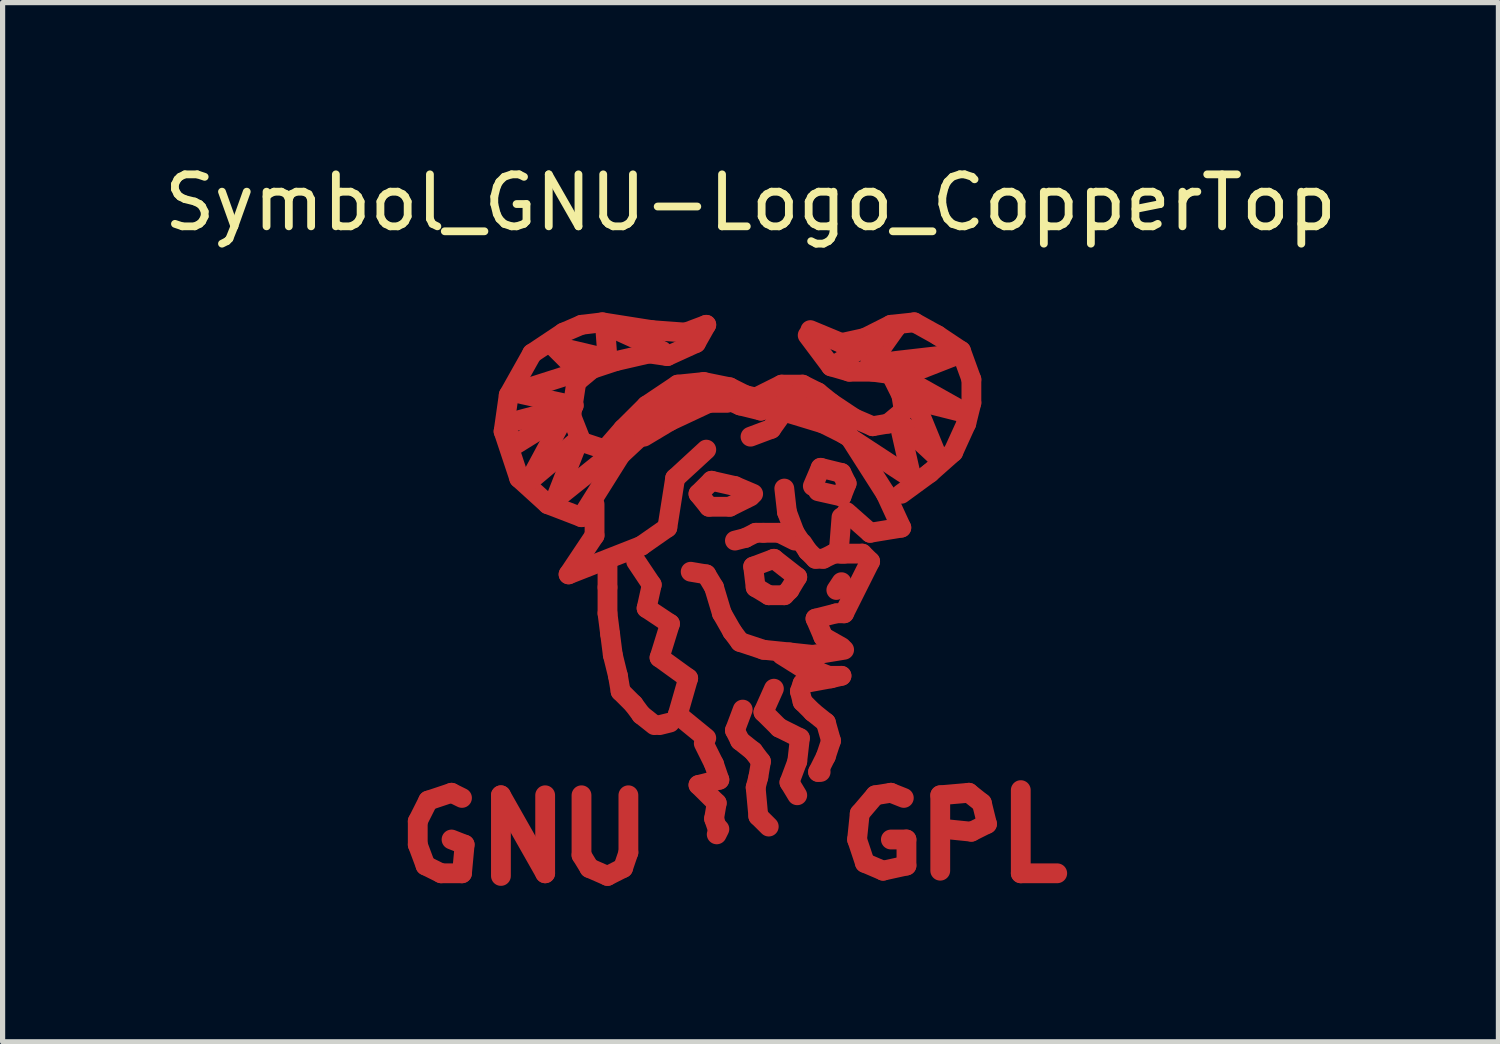
<source format=kicad_pcb>
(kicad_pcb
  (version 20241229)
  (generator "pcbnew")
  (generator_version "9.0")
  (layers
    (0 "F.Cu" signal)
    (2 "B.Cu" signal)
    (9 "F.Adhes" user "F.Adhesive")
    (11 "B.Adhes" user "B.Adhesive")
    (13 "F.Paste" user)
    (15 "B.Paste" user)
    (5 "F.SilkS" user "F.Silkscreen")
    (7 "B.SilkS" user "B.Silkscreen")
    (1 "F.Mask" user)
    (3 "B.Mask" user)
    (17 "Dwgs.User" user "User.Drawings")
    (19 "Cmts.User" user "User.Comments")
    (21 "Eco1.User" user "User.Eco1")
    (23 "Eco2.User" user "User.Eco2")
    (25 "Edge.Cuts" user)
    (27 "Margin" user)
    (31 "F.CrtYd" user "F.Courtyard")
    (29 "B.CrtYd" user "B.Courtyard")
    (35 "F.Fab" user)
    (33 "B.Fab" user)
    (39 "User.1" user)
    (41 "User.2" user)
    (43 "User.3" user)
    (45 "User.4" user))
  (footprint "Symbol_GNU-Logo_CopperTop"
    (layer "F.Cu")
    (at 11.387 6.899)
    (property "Reference" "Symbol_GNU-Logo_CopperTop" (at 0 -6.05 0) (layer "F.SilkS") (effects (font (size 1 1) (thickness 0.15))))
    (attr board_only exclude_from_pos_files exclude_from_bom allow_missing_courtyard)
    (fp_line (start -6.401 5.85) (end -6.401 6.299) (stroke (width 0.381) (type solid)) (layer "F.Cu"))
    (fp_line (start -6.401 6.299) (end -6.251 6.701) (stroke (width 0.381) (type solid)) (layer "F.Cu"))
    (fp_line (start -6.251 6.701) (end -5.951 6.85) (stroke (width 0.381) (type solid)) (layer "F.Cu"))
    (fp_line (start -6.2 5.451) (end -6.401 5.85) (stroke (width 0.381) (type solid)) (layer "F.Cu"))
    (fp_line (start -5.951 6.85) (end -5.55 6.85) (stroke (width 0.381) (type solid)) (layer "F.Cu"))
    (fp_line (start -5.751 5.301) (end -6.2 5.451) (stroke (width 0.381) (type solid)) (layer "F.Cu"))
    (fp_line (start -5.55 5.4) (end -5.751 5.301) (stroke (width 0.381) (type solid)) (layer "F.Cu"))
    (fp_line (start -5.55 6.85) (end -5.499 6.299) (stroke (width 0.381) (type solid)) (layer "F.Cu"))
    (fp_line (start -5.499 6.299) (end -5.751 6.2) (stroke (width 0.381) (type solid)) (layer "F.Cu"))
    (fp_line (start -4.801 5.349) (end -3.95 6.85) (stroke (width 0.381) (type solid)) (layer "F.Cu"))
    (fp_line (start -4.801 6.901) (end -4.801 5.349) (stroke (width 0.381) (type solid)) (layer "F.Cu"))
    (fp_line (start -4.75 -1.651) (end -4.45 -0.749) (stroke (width 0.381) (type solid)) (layer "F.Cu"))
    (fp_line (start -4.699 -1.801) (end -3.401 -2.149) (stroke (width 0.381) (type solid)) (layer "F.Cu"))
    (fp_line (start -4.651 -2.349) (end -4.75 -1.651) (stroke (width 0.381) (type solid)) (layer "F.Cu"))
    (fp_line (start -4.6 -1.349) (end -4.699 -1.801) (stroke (width 0.381) (type solid)) (layer "F.Cu"))
    (fp_line (start -4.549 -2.4) (end -3.299 -2.799) (stroke (width 0.381) (type solid)) (layer "F.Cu"))
    (fp_line (start -4.45 -0.749) (end -3.899 -0.249) (stroke (width 0.381) (type solid)) (layer "F.Cu"))
    (fp_line (start -4.249 -0.701) (end -3.551 -1.999) (stroke (width 0.381) (type solid)) (layer "F.Cu"))
    (fp_line (start -4.201 -3.15) (end -4.651 -2.349) (stroke (width 0.381) (type solid)) (layer "F.Cu"))
    (fp_line (start -3.95 6.85) (end -3.95 5.349) (stroke (width 0.381) (type solid)) (layer "F.Cu"))
    (fp_line (start -3.899 -0.249) (end -3.251 0) (stroke (width 0.381) (type solid)) (layer "F.Cu"))
    (fp_line (start -3.8 -3.299) (end -2.751 -3.051) (stroke (width 0.381) (type solid)) (layer "F.Cu"))
    (fp_line (start -3.749 -0.351) (end -3.299 -1.501) (stroke (width 0.381) (type solid)) (layer "F.Cu"))
    (fp_line (start -3.599 -3.551) (end -4.201 -3.15) (stroke (width 0.381) (type solid)) (layer "F.Cu"))
    (fp_line (start -3.551 -1.999) (end -4.6 -1.349) (stroke (width 0.381) (type solid)) (layer "F.Cu"))
    (fp_line (start -3.5 1.1) (end -2.101 0.551) (stroke (width 0.381) (type solid)) (layer "F.Cu"))
    (fp_line (start -3.449 -1.951) (end -3.35 -2.601) (stroke (width 0.381) (type solid)) (layer "F.Cu"))
    (fp_line (start -3.401 -2.149) (end -4.549 -2.4) (stroke (width 0.381) (type solid)) (layer "F.Cu"))
    (fp_line (start -3.35 -2.601) (end -3.051 -2.85) (stroke (width 0.381) (type solid)) (layer "F.Cu"))
    (fp_line (start -3.299 -2.799) (end -3.8 -3.299) (stroke (width 0.381) (type solid)) (layer "F.Cu"))
    (fp_line (start -3.299 -1.501) (end -4.249 -0.701) (stroke (width 0.381) (type solid)) (layer "F.Cu"))
    (fp_line (start -3.251 -3.701) (end -3.599 -3.551) (stroke (width 0.381) (type solid)) (layer "F.Cu"))
    (fp_line (start -3.251 -1.45) (end -3.449 -1.951) (stroke (width 0.381) (type solid)) (layer "F.Cu"))
    (fp_line (start -3.251 0) (end -2.499 -1.199) (stroke (width 0.381) (type solid)) (layer "F.Cu"))
    (fp_line (start -3.251 5.349) (end -3.251 6.5) (stroke (width 0.381) (type solid)) (layer "F.Cu"))
    (fp_line (start -3.251 6.5) (end -3.099 6.749) (stroke (width 0.381) (type solid)) (layer "F.Cu"))
    (fp_line (start -3.099 6.749) (end -2.751 6.901) (stroke (width 0.381) (type solid)) (layer "F.Cu"))
    (fp_line (start -3.051 -2.85) (end -2.601 -3) (stroke (width 0.381) (type solid)) (layer "F.Cu"))
    (fp_line (start -3 -0.249) (end -3 0.351) (stroke (width 0.381) (type solid)) (layer "F.Cu"))
    (fp_line (start -3 0.351) (end -3.5 1.1) (stroke (width 0.381) (type solid)) (layer "F.Cu"))
    (fp_line (start -2.85 -3.749) (end -3.251 -3.701) (stroke (width 0.381) (type solid)) (layer "F.Cu"))
    (fp_line (start -2.799 -3.701) (end -1.699 -3.2) (stroke (width 0.381) (type solid)) (layer "F.Cu"))
    (fp_line (start -2.799 -1.3) (end -3.251 -1.45) (stroke (width 0.381) (type solid)) (layer "F.Cu"))
    (fp_line (start -2.751 -3.051) (end -2.799 -3.701) (stroke (width 0.381) (type solid)) (layer "F.Cu"))
    (fp_line (start -2.751 -1.151) (end -3.749 -0.351) (stroke (width 0.381) (type solid)) (layer "F.Cu"))
    (fp_line (start -2.751 1.349) (end -2.751 0.851) (stroke (width 0.381) (type solid)) (layer "F.Cu"))
    (fp_line (start -2.751 1.849) (end -2.751 1.349) (stroke (width 0.381) (type solid)) (layer "F.Cu"))
    (fp_line (start -2.751 6.901) (end -2.451 6.749) (stroke (width 0.381) (type solid)) (layer "F.Cu"))
    (fp_line (start -2.7 2.25) (end -2.751 1.849) (stroke (width 0.381) (type solid)) (layer "F.Cu"))
    (fp_line (start -2.649 2.649) (end -2.7 2.25) (stroke (width 0.381) (type solid)) (layer "F.Cu"))
    (fp_line (start -2.601 -3) (end -1.951 -3.15) (stroke (width 0.381) (type solid)) (layer "F.Cu"))
    (fp_line (start -2.55 3.051) (end -2.649 2.649) (stroke (width 0.381) (type solid)) (layer "F.Cu"))
    (fp_line (start -2.499 -1.199) (end -1.801 -1.849) (stroke (width 0.381) (type solid)) (layer "F.Cu"))
    (fp_line (start -2.499 3.35) (end -2.55 3.051) (stroke (width 0.381) (type solid)) (layer "F.Cu"))
    (fp_line (start -2.451 -1.699) (end -2.799 -1.3) (stroke (width 0.381) (type solid)) (layer "F.Cu"))
    (fp_line (start -2.451 6.749) (end -2.349 6.449) (stroke (width 0.381) (type solid)) (layer "F.Cu"))
    (fp_line (start -2.349 6.449) (end -2.349 5.349) (stroke (width 0.381) (type solid)) (layer "F.Cu"))
    (fp_line (start -2.25 3.599) (end -2.499 3.35) (stroke (width 0.381) (type solid)) (layer "F.Cu"))
    (fp_line (start -2.2 0.851) (end -1.9 1.3) (stroke (width 0.381) (type solid)) (layer "F.Cu"))
    (fp_line (start -2.101 0.551) (end -1.6 0.201) (stroke (width 0.381) (type solid)) (layer "F.Cu"))
    (fp_line (start -2.101 3.8) (end -2.25 3.599) (stroke (width 0.381) (type solid)) (layer "F.Cu"))
    (fp_line (start -2.05 -1.549) (end -1.549 -1.849) (stroke (width 0.381) (type solid)) (layer "F.Cu"))
    (fp_line (start -1.999 -2.149) (end -2.451 -1.699) (stroke (width 0.381) (type solid)) (layer "F.Cu"))
    (fp_line (start -1.999 1.75) (end -1.549 2.05) (stroke (width 0.381) (type solid)) (layer "F.Cu"))
    (fp_line (start -1.951 -3.15) (end -1.6 -3.099) (stroke (width 0.381) (type solid)) (layer "F.Cu"))
    (fp_line (start -1.9 -3.599) (end -2.85 -3.749) (stroke (width 0.381) (type solid)) (layer "F.Cu"))
    (fp_line (start -1.9 1.3) (end -1.999 1.75) (stroke (width 0.381) (type solid)) (layer "F.Cu"))
    (fp_line (start -1.849 4) (end -2.101 3.8) (stroke (width 0.381) (type solid)) (layer "F.Cu"))
    (fp_line (start -1.801 -1.849) (end -1.199 -2.301) (stroke (width 0.381) (type solid)) (layer "F.Cu"))
    (fp_line (start -1.75 2.7) (end -1.199 3.099) (stroke (width 0.381) (type solid)) (layer "F.Cu"))
    (fp_line (start -1.75 4) (end -1.549 3.95) (stroke (width 0.381) (type solid)) (layer "F.Cu"))
    (fp_line (start -1.6 -3.099) (end -1.049 -3.35) (stroke (width 0.381) (type solid)) (layer "F.Cu"))
    (fp_line (start -1.6 0.201) (end -1.45 -0.749) (stroke (width 0.381) (type solid)) (layer "F.Cu"))
    (fp_line (start -1.549 -1.849) (end -0.8 -2.2) (stroke (width 0.381) (type solid)) (layer "F.Cu"))
    (fp_line (start -1.549 2.05) (end -1.75 2.7) (stroke (width 0.381) (type solid)) (layer "F.Cu"))
    (fp_line (start -1.45 -0.749) (end -0.851 -1.3) (stroke (width 0.381) (type solid)) (layer "F.Cu"))
    (fp_line (start -1.4 -2.55) (end -1.999 -2.149) (stroke (width 0.381) (type solid)) (layer "F.Cu"))
    (fp_line (start -1.4 3.8) (end -0.851 4.249) (stroke (width 0.381) (type solid)) (layer "F.Cu"))
    (fp_line (start -1.25 -3.551) (end -1.9 -3.599) (stroke (width 0.381) (type solid)) (layer "F.Cu"))
    (fp_line (start -1.199 -2.301) (end -0.65 -2.349) (stroke (width 0.381) (type solid)) (layer "F.Cu"))
    (fp_line (start -1.199 3.099) (end -1.4 3.8) (stroke (width 0.381) (type solid)) (layer "F.Cu"))
    (fp_line (start -1.049 -3.35) (end -0.851 -3.701) (stroke (width 0.381) (type solid)) (layer "F.Cu"))
    (fp_line (start -1.001 -0.45) (end -0.8 -0.201) (stroke (width 0.381) (type solid)) (layer "F.Cu"))
    (fp_line (start -1.001 5.151) (end -0.65 5.499) (stroke (width 0.381) (type solid)) (layer "F.Cu"))
    (fp_line (start -0.899 -2.601) (end -1.4 -2.55) (stroke (width 0.381) (type solid)) (layer "F.Cu"))
    (fp_line (start -0.899 4.351) (end -0.701 4.75) (stroke (width 0.381) (type solid)) (layer "F.Cu"))
    (fp_line (start -0.851 -3.701) (end -1.25 -3.551) (stroke (width 0.381) (type solid)) (layer "F.Cu"))
    (fp_line (start -0.851 1.1) (end -1.151 1.049) (stroke (width 0.381) (type solid)) (layer "F.Cu"))
    (fp_line (start -0.8 -2.2) (end -0.45 -2.2) (stroke (width 0.381) (type solid)) (layer "F.Cu"))
    (fp_line (start -0.8 -0.201) (end -0.399 -0.201) (stroke (width 0.381) (type solid)) (layer "F.Cu"))
    (fp_line (start -0.749 -0.701) (end -1.001 -0.45) (stroke (width 0.381) (type solid)) (layer "F.Cu"))
    (fp_line (start -0.701 1.349) (end -0.851 1.1) (stroke (width 0.381) (type solid)) (layer "F.Cu"))
    (fp_line (start -0.701 4.75) (end -0.599 5.05) (stroke (width 0.381) (type solid)) (layer "F.Cu"))
    (fp_line (start -0.701 5.799) (end -0.65 5.951) (stroke (width 0.381) (type solid)) (layer "F.Cu"))
    (fp_line (start -0.65 -2.349) (end -0.201 -2.149) (stroke (width 0.381) (type solid)) (layer "F.Cu"))
    (fp_line (start -0.65 5.499) (end -0.701 5.799) (stroke (width 0.381) (type solid)) (layer "F.Cu"))
    (fp_line (start -0.599 5.05) (end -1.001 5.151) (stroke (width 0.381) (type solid)) (layer "F.Cu"))
    (fp_line (start -0.599 5.999) (end -0.65 6.101) (stroke (width 0.381) (type solid)) (layer "F.Cu"))
    (fp_line (start -0.551 1.849) (end -0.701 1.349) (stroke (width 0.381) (type solid)) (layer "F.Cu"))
    (fp_line (start -0.399 -2.499) (end -0.899 -2.601) (stroke (width 0.381) (type solid)) (layer "F.Cu"))
    (fp_line (start -0.399 -0.201) (end 0 -0.399) (stroke (width 0.381) (type solid)) (layer "F.Cu"))
    (fp_line (start -0.351 2.2) (end -0.551 1.849) (stroke (width 0.381) (type solid)) (layer "F.Cu"))
    (fp_line (start -0.3 -0.599) (end -0.749 -0.701) (stroke (width 0.381) (type solid)) (layer "F.Cu"))
    (fp_line (start -0.3 4.1) (end -0.201 4.3) (stroke (width 0.381) (type solid)) (layer "F.Cu"))
    (fp_line (start -0.201 -2.149) (end 0.201 -2.05) (stroke (width 0.381) (type solid)) (layer "F.Cu"))
    (fp_line (start -0.201 2.4) (end -0.351 2.2) (stroke (width 0.381) (type solid)) (layer "F.Cu"))
    (fp_line (start -0.201 4.3) (end 0.051 4.501) (stroke (width 0.381) (type solid)) (layer "F.Cu"))
    (fp_line (start -0.15 3.701) (end -0.3 4.1) (stroke (width 0.381) (type solid)) (layer "F.Cu"))
    (fp_line (start -0.099 -2.349) (end -0.399 -2.499) (stroke (width 0.381) (type solid)) (layer "F.Cu"))
    (fp_line (start -0.099 0.399) (end -0.3 0.45) (stroke (width 0.381) (type solid)) (layer "F.Cu"))
    (fp_line (start 0 -1.549) (end 0.399 -1.699) (stroke (width 0.381) (type solid)) (layer "F.Cu"))
    (fp_line (start 0.051 -0.45) (end -0.3 -0.599) (stroke (width 0.381) (type solid)) (layer "F.Cu"))
    (fp_line (start 0.051 0.95) (end 0.099 1.349) (stroke (width 0.381) (type solid)) (layer "F.Cu"))
    (fp_line (start 0.051 4.501) (end 0.201 4.699) (stroke (width 0.381) (type solid)) (layer "F.Cu"))
    (fp_line (start 0.099 -2.301) (end -0.099 -2.349) (stroke (width 0.381) (type solid)) (layer "F.Cu"))
    (fp_line (start 0.099 0.3) (end -0.099 0.399) (stroke (width 0.381) (type solid)) (layer "F.Cu"))
    (fp_line (start 0.099 1.349) (end 0.351 1.501) (stroke (width 0.381) (type solid)) (layer "F.Cu"))
    (fp_line (start 0.099 5.199) (end 0.15 5.751) (stroke (width 0.381) (type solid)) (layer "F.Cu"))
    (fp_line (start 0.15 5.001) (end 0.099 5.199) (stroke (width 0.381) (type solid)) (layer "F.Cu"))
    (fp_line (start 0.15 5.751) (end 0.351 5.951) (stroke (width 0.381) (type solid)) (layer "F.Cu"))
    (fp_line (start 0.201 -2.05) (end 0.65 -2.2) (stroke (width 0.381) (type solid)) (layer "F.Cu"))
    (fp_line (start 0.201 4.699) (end 0.15 5.001) (stroke (width 0.381) (type solid)) (layer "F.Cu"))
    (fp_line (start 0.249 0.3) (end 0.099 0.3) (stroke (width 0.381) (type solid)) (layer "F.Cu"))
    (fp_line (start 0.249 2.55) (end -0.201 2.4) (stroke (width 0.381) (type solid)) (layer "F.Cu"))
    (fp_line (start 0.249 3.749) (end 0.551 4.049) (stroke (width 0.381) (type solid)) (layer "F.Cu"))
    (fp_line (start 0.351 1.501) (end 0.65 1.501) (stroke (width 0.381) (type solid)) (layer "F.Cu"))
    (fp_line (start 0.399 -1.699) (end 0.65 -2.05) (stroke (width 0.381) (type solid)) (layer "F.Cu"))
    (fp_line (start 0.45 0.8) (end 0.051 0.95) (stroke (width 0.381) (type solid)) (layer "F.Cu"))
    (fp_line (start 0.45 3.299) (end 0.249 3.749) (stroke (width 0.381) (type solid)) (layer "F.Cu"))
    (fp_line (start 0.551 0.3) (end 0.249 0.3) (stroke (width 0.381) (type solid)) (layer "F.Cu"))
    (fp_line (start 0.551 4.049) (end 0.95 4.249) (stroke (width 0.381) (type solid)) (layer "F.Cu"))
    (fp_line (start 0.599 -2.55) (end 0.099 -2.301) (stroke (width 0.381) (type solid)) (layer "F.Cu"))
    (fp_line (start 0.599 2.649) (end 1.001 2.901) (stroke (width 0.381) (type solid)) (layer "F.Cu"))
    (fp_line (start 0.65 -2.2) (end 1.1 -2.101) (stroke (width 0.381) (type solid)) (layer "F.Cu"))
    (fp_line (start 0.65 -0.551) (end 0.701 -0.099) (stroke (width 0.381) (type solid)) (layer "F.Cu"))
    (fp_line (start 0.65 1.501) (end 0.749 1.4) (stroke (width 0.381) (type solid)) (layer "F.Cu"))
    (fp_line (start 0.701 -0.099) (end 0.851 0.3) (stroke (width 0.381) (type solid)) (layer "F.Cu"))
    (fp_line (start 0.749 -1.999) (end 1.4 -1.801) (stroke (width 0.381) (type solid)) (layer "F.Cu"))
    (fp_line (start 0.749 1.4) (end 0.899 1.151) (stroke (width 0.381) (type solid)) (layer "F.Cu"))
    (fp_line (start 0.749 2.601) (end 0.249 2.55) (stroke (width 0.381) (type solid)) (layer "F.Cu"))
    (fp_line (start 0.749 5.1) (end 0.899 5.349) (stroke (width 0.381) (type solid)) (layer "F.Cu"))
    (fp_line (start 0.851 -2.301) (end 1.1 -2.25) (stroke (width 0.381) (type solid)) (layer "F.Cu"))
    (fp_line (start 0.851 0.3) (end 0.95 0.45) (stroke (width 0.381) (type solid)) (layer "F.Cu"))
    (fp_line (start 0.851 0.45) (end 0.551 0.3) (stroke (width 0.381) (type solid)) (layer "F.Cu"))
    (fp_line (start 0.899 1.151) (end 0.45 0.8) (stroke (width 0.381) (type solid)) (layer "F.Cu"))
    (fp_line (start 0.899 4.699) (end 0.749 5.1) (stroke (width 0.381) (type solid)) (layer "F.Cu"))
    (fp_line (start 0.95 3.35) (end 1.001 3.551) (stroke (width 0.381) (type solid)) (layer "F.Cu"))
    (fp_line (start 0.95 4.249) (end 0.899 4.699) (stroke (width 0.381) (type solid)) (layer "F.Cu"))
    (fp_line (start 1.001 -2.55) (end 0.599 -2.55) (stroke (width 0.381) (type solid)) (layer "F.Cu"))
    (fp_line (start 1.001 0.5) (end 1.1 0.65) (stroke (width 0.381) (type solid)) (layer "F.Cu"))
    (fp_line (start 1.001 2.901) (end 1.25 2.901) (stroke (width 0.381) (type solid)) (layer "F.Cu"))
    (fp_line (start 1.001 3.2) (end 0.95 3.35) (stroke (width 0.381) (type solid)) (layer "F.Cu"))
    (fp_line (start 1.001 3.551) (end 1.199 3.749) (stroke (width 0.381) (type solid)) (layer "F.Cu"))
    (fp_line (start 1.1 -3.5) (end 1.549 -2.901) (stroke (width 0.381) (type solid)) (layer "F.Cu"))
    (fp_line (start 1.1 -2.101) (end 1.699 -1.801) (stroke (width 0.381) (type solid)) (layer "F.Cu"))
    (fp_line (start 1.1 0.65) (end 1.25 0.8) (stroke (width 0.381) (type solid)) (layer "F.Cu"))
    (fp_line (start 1.151 -3.599) (end 1.75 -3.35) (stroke (width 0.381) (type solid)) (layer "F.Cu"))
    (fp_line (start 1.199 -0.599) (end 1.349 -0.95) (stroke (width 0.381) (type solid)) (layer "F.Cu"))
    (fp_line (start 1.199 2.649) (end 0.749 2.601) (stroke (width 0.381) (type solid)) (layer "F.Cu"))
    (fp_line (start 1.199 3.749) (end 1.45 3.95) (stroke (width 0.381) (type solid)) (layer "F.Cu"))
    (fp_line (start 1.25 0.8) (end 1.4 0.8) (stroke (width 0.381) (type solid)) (layer "F.Cu"))
    (fp_line (start 1.25 1.951) (end 1.4 2.301) (stroke (width 0.381) (type solid)) (layer "F.Cu"))
    (fp_line (start 1.25 2.949) (end 1.501 3.051) (stroke (width 0.381) (type solid)) (layer "F.Cu"))
    (fp_line (start 1.3 -2.4) (end 1.001 -2.55) (stroke (width 0.381) (type solid)) (layer "F.Cu"))
    (fp_line (start 1.3 4.9) (end 1.349 4.9) (stroke (width 0.381) (type solid)) (layer "F.Cu"))
    (fp_line (start 1.349 -0.95) (end 1.75 -0.851) (stroke (width 0.381) (type solid)) (layer "F.Cu"))
    (fp_line (start 1.4 -1.801) (end 1.801 -1.6) (stroke (width 0.381) (type solid)) (layer "F.Cu"))
    (fp_line (start 1.4 0.8) (end 1.6 0.701) (stroke (width 0.381) (type solid)) (layer "F.Cu"))
    (fp_line (start 1.4 2.301) (end 1.75 2.499) (stroke (width 0.381) (type solid)) (layer "F.Cu"))
    (fp_line (start 1.45 3.95) (end 1.549 4.3) (stroke (width 0.381) (type solid)) (layer "F.Cu"))
    (fp_line (start 1.45 4.6) (end 1.3 4.9) (stroke (width 0.381) (type solid)) (layer "F.Cu"))
    (fp_line (start 1.501 3.051) (end 1.75 3.051) (stroke (width 0.381) (type solid)) (layer "F.Cu"))
    (fp_line (start 1.549 -2.901) (end 1.9 -2.799) (stroke (width 0.381) (type solid)) (layer "F.Cu"))
    (fp_line (start 1.549 -2.2) (end 1.3 -2.4) (stroke (width 0.381) (type solid)) (layer "F.Cu"))
    (fp_line (start 1.549 3.099) (end 1.001 3.2) (stroke (width 0.381) (type solid)) (layer "F.Cu"))
    (fp_line (start 1.549 4.3) (end 1.45 4.6) (stroke (width 0.381) (type solid)) (layer "F.Cu"))
    (fp_line (start 1.6 0.701) (end 1.801 0.701) (stroke (width 0.381) (type solid)) (layer "F.Cu"))
    (fp_line (start 1.651 1.849) (end 1.25 1.951) (stroke (width 0.381) (type solid)) (layer "F.Cu"))
    (fp_line (start 1.699 -1.801) (end 1.9 -1.549) (stroke (width 0.381) (type solid)) (layer "F.Cu"))
    (fp_line (start 1.75 -3.35) (end 2.2 -3.449) (stroke (width 0.381) (type solid)) (layer "F.Cu"))
    (fp_line (start 1.75 -0.851) (end 1.849 -0.65) (stroke (width 0.381) (type solid)) (layer "F.Cu"))
    (fp_line (start 1.75 -0.399) (end 1.3 -0.5) (stroke (width 0.381) (type solid)) (layer "F.Cu"))
    (fp_line (start 1.75 0) (end 1.699 0.65) (stroke (width 0.381) (type solid)) (layer "F.Cu"))
    (fp_line (start 1.75 0.701) (end 2.149 0.701) (stroke (width 0.381) (type solid)) (layer "F.Cu"))
    (fp_line (start 1.75 1.25) (end 1.651 1.4) (stroke (width 0.381) (type solid)) (layer "F.Cu"))
    (fp_line (start 1.75 3.051) (end 1.549 3.099) (stroke (width 0.381) (type solid)) (layer "F.Cu"))
    (fp_line (start 1.801 -1.6) (end 3.099 -0.749) (stroke (width 0.381) (type solid)) (layer "F.Cu"))
    (fp_line (start 1.801 1.849) (end 1.651 1.849) (stroke (width 0.381) (type solid)) (layer "F.Cu"))
    (fp_line (start 1.801 2.55) (end 1.199 2.649) (stroke (width 0.381) (type solid)) (layer "F.Cu"))
    (fp_line (start 1.849 -0.65) (end 1.75 -0.399) (stroke (width 0.381) (type solid)) (layer "F.Cu"))
    (fp_line (start 1.9 -2.799) (end 2.349 -2.799) (stroke (width 0.381) (type solid)) (layer "F.Cu"))
    (fp_line (start 1.9 -1.549) (end 2.601 -0.45) (stroke (width 0.381) (type solid)) (layer "F.Cu"))
    (fp_line (start 1.999 -1.9) (end 1.549 -2.2) (stroke (width 0.381) (type solid)) (layer "F.Cu"))
    (fp_line (start 2.05 6.2) (end 2.2 6.65) (stroke (width 0.381) (type solid)) (layer "F.Cu"))
    (fp_line (start 2.101 5.7) (end 2.05 6.2) (stroke (width 0.381) (type solid)) (layer "F.Cu"))
    (fp_line (start 2.149 0.701) (end 2.301 0.851) (stroke (width 0.381) (type solid)) (layer "F.Cu"))
    (fp_line (start 2.2 -3.449) (end 2.7 -3.701) (stroke (width 0.381) (type solid)) (layer "F.Cu"))
    (fp_line (start 2.2 6.65) (end 2.55 6.8) (stroke (width 0.381) (type solid)) (layer "F.Cu"))
    (fp_line (start 2.301 -2.949) (end 2.799 -3.65) (stroke (width 0.381) (type solid)) (layer "F.Cu"))
    (fp_line (start 2.301 0.3) (end 1.849 -0.099) (stroke (width 0.381) (type solid)) (layer "F.Cu"))
    (fp_line (start 2.301 0.851) (end 1.801 1.849) (stroke (width 0.381) (type solid)) (layer "F.Cu"))
    (fp_line (start 2.349 -2.799) (end 2.7 -2.751) (stroke (width 0.381) (type solid)) (layer "F.Cu"))
    (fp_line (start 2.349 -1.75) (end 1.999 -1.9) (stroke (width 0.381) (type solid)) (layer "F.Cu"))
    (fp_line (start 2.4 5.349) (end 2.101 5.7) (stroke (width 0.381) (type solid)) (layer "F.Cu"))
    (fp_line (start 2.55 6.8) (end 3 6.701) (stroke (width 0.381) (type solid)) (layer "F.Cu"))
    (fp_line (start 2.601 -0.45) (end 2.901 0.201) (stroke (width 0.381) (type solid)) (layer "F.Cu"))
    (fp_line (start 2.649 -1.801) (end 2.349 -1.75) (stroke (width 0.381) (type solid)) (layer "F.Cu"))
    (fp_line (start 2.7 -3.701) (end 3.15 -3.749) (stroke (width 0.381) (type solid)) (layer "F.Cu"))
    (fp_line (start 2.7 -2.751) (end 2.901 -2.349) (stroke (width 0.381) (type solid)) (layer "F.Cu"))
    (fp_line (start 2.7 5.301) (end 2.4 5.349) (stroke (width 0.381) (type solid)) (layer "F.Cu"))
    (fp_line (start 2.799 -3.65) (end 1.651 -2.949) (stroke (width 0.381) (type solid)) (layer "F.Cu"))
    (fp_line (start 2.85 -1.849) (end 3.599 -1.151) (stroke (width 0.381) (type solid)) (layer "F.Cu"))
    (fp_line (start 2.901 -2.7) (end 4.049 -3.15) (stroke (width 0.381) (type solid)) (layer "F.Cu"))
    (fp_line (start 2.901 -2.349) (end 2.949 -2.05) (stroke (width 0.381) (type solid)) (layer "F.Cu"))
    (fp_line (start 2.901 0.201) (end 2.301 0.3) (stroke (width 0.381) (type solid)) (layer "F.Cu"))
    (fp_line (start 2.949 -2.05) (end 2.649 -1.801) (stroke (width 0.381) (type solid)) (layer "F.Cu"))
    (fp_line (start 2.949 5.4) (end 2.7 5.301) (stroke (width 0.381) (type solid)) (layer "F.Cu"))
    (fp_line (start 3 6.2) (end 2.7 6.2) (stroke (width 0.381) (type solid)) (layer "F.Cu"))
    (fp_line (start 3 6.701) (end 3 6.2) (stroke (width 0.381) (type solid)) (layer "F.Cu"))
    (fp_line (start 3.099 -0.749) (end 2.85 -1.849) (stroke (width 0.381) (type solid)) (layer "F.Cu"))
    (fp_line (start 3.15 -3.749) (end 3.599 -3.5) (stroke (width 0.381) (type solid)) (layer "F.Cu"))
    (fp_line (start 3.15 -2.25) (end 4.15 -1.999) (stroke (width 0.381) (type solid)) (layer "F.Cu"))
    (fp_line (start 3.449 -0.851) (end 2.901 -0.45) (stroke (width 0.381) (type solid)) (layer "F.Cu"))
    (fp_line (start 3.599 -3.5) (end 4.049 -3.2) (stroke (width 0.381) (type solid)) (layer "F.Cu"))
    (fp_line (start 3.599 -1.151) (end 3.15 -2.25) (stroke (width 0.381) (type solid)) (layer "F.Cu"))
    (fp_line (start 3.65 5.349) (end 4.201 5.301) (stroke (width 0.381) (type solid)) (layer "F.Cu"))
    (fp_line (start 3.65 6.8) (end 3.65 5.349) (stroke (width 0.381) (type solid)) (layer "F.Cu"))
    (fp_line (start 3.899 -1.25) (end 3.449 -0.851) (stroke (width 0.381) (type solid)) (layer "F.Cu"))
    (fp_line (start 4.049 -3.2) (end 4.249 -2.649) (stroke (width 0.381) (type solid)) (layer "F.Cu"))
    (fp_line (start 4.049 -3.15) (end 2.301 -2.949) (stroke (width 0.381) (type solid)) (layer "F.Cu"))
    (fp_line (start 4.15 -1.999) (end 2.901 -2.7) (stroke (width 0.381) (type solid)) (layer "F.Cu"))
    (fp_line (start 4.15 -1.801) (end 3.899 -1.25) (stroke (width 0.381) (type solid)) (layer "F.Cu"))
    (fp_line (start 4.201 5.301) (end 4.45 5.499) (stroke (width 0.381) (type solid)) (layer "F.Cu"))
    (fp_line (start 4.249 -2.649) (end 4.249 -2.2) (stroke (width 0.381) (type solid)) (layer "F.Cu"))
    (fp_line (start 4.249 -2.2) (end 4.15 -1.801) (stroke (width 0.381) (type solid)) (layer "F.Cu"))
    (fp_line (start 4.249 6.05) (end 3.749 5.999) (stroke (width 0.381) (type solid)) (layer "F.Cu"))
    (fp_line (start 4.45 5.499) (end 4.549 5.9) (stroke (width 0.381) (type solid)) (layer "F.Cu"))
    (fp_line (start 4.549 5.9) (end 4.249 6.05) (stroke (width 0.381) (type solid)) (layer "F.Cu"))
    (fp_line (start 5.199 5.25) (end 5.199 6.85) (stroke (width 0.381) (type solid)) (layer "F.Cu"))
    (fp_line (start 5.199 6.85) (end 5.9 6.85) (stroke (width 0.381) (type solid)) (layer "F.Cu")))
  (gr_rect
    (start -3 -3)
    (end 25.774 16.99)
    (stroke (width 0.1) (type default))
    (fill no)
    (layer "Edge.Cuts")))
</source>
